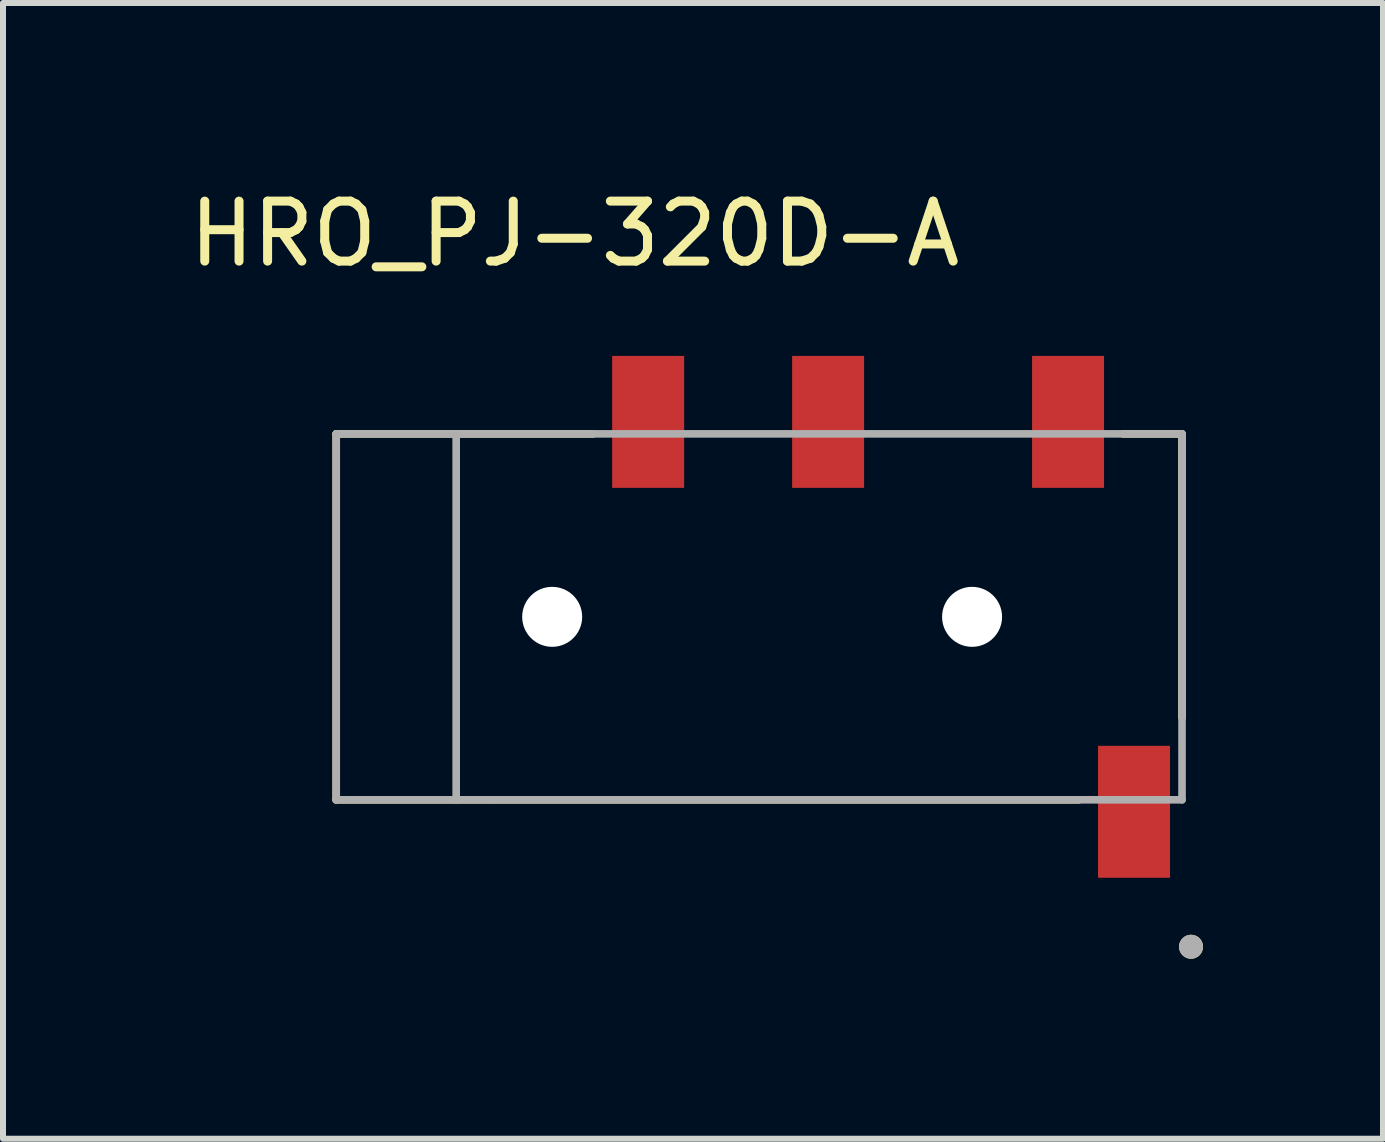
<source format=kicad_pcb>
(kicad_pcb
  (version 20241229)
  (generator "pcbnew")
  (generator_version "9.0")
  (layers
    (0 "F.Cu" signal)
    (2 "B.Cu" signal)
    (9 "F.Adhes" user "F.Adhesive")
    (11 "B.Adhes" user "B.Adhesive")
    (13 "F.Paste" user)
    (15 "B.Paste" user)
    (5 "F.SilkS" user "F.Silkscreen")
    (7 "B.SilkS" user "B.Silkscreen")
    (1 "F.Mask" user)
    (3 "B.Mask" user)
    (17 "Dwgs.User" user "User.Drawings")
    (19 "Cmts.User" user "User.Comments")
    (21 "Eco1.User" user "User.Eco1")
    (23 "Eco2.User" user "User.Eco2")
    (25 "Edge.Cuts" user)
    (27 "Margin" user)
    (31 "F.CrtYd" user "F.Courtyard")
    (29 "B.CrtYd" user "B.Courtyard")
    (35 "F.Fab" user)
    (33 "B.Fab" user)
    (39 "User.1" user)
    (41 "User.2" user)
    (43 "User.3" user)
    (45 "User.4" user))
  (footprint "HRO_PJ-320D-A"
    (layer "F.Cu")
    (at 10.605 7.233)
    (property "Reference" "HRO_PJ-320D-A" (at -4.075 -6.385 0) (layer "F.SilkS") (effects (font (size 1 1) (thickness 0.15))))
    (attr smd)
    (fp_line (start -8.05 -3.05) (end -3.77 -3.05) (stroke (width 0.127) (type solid)) (layer "F.SilkS"))
    (fp_line (start -8.05 3.05) (end -8.05 -3.05) (stroke (width 0.127) (type solid)) (layer "F.SilkS"))
    (fp_line (start 4.33 3.05) (end -8.05 3.05) (stroke (width 0.127) (type solid)) (layer "F.SilkS"))
    (fp_line (start 5.07 -3.05) (end 6.05 -3.05) (stroke (width 0.127) (type solid)) (layer "F.SilkS"))
    (fp_line (start 6.05 -3.05) (end 6.05 1.68) (stroke (width 0.127) (type solid)) (layer "F.SilkS"))
    (fp_circle (center 6.2 5.5) (end 6.3 5.5) (stroke (width 0.2) (type solid)) (fill no) (layer "F.SilkS"))
    (fp_line (start -8.05 -3.05) (end -6.05 -3.05) (stroke (width 0.127) (type solid)) (layer "F.Fab"))
    (fp_line (start -8.05 3.05) (end -8.05 -3.05) (stroke (width 0.127) (type solid)) (layer "F.Fab"))
    (fp_line (start -6.05 -3.05) (end -6.05 3.05) (stroke (width 0.127) (type solid)) (layer "F.Fab"))
    (fp_line (start -6.05 -3.05) (end -5.51 -3.05) (stroke (width 0.127) (type solid)) (layer "F.Fab"))
    (fp_line (start -6.05 3.05) (end -8.05 3.05) (stroke (width 0.127) (type solid)) (layer "F.Fab"))
    (fp_line (start -5.51 -3.05) (end 6.05 -3.05) (stroke (width 0.127) (type solid)) (layer "F.Fab"))
    (fp_line (start -5.51 3.05) (end -6.05 3.05) (stroke (width 0.127) (type solid)) (layer "F.Fab"))
    (fp_line (start 6.05 -3.05) (end 6.05 3.05) (stroke (width 0.127) (type solid)) (layer "F.Fab"))
    (fp_line (start 6.05 3.05) (end -5.51 3.05) (stroke (width 0.127) (type solid)) (layer "F.Fab"))
    (fp_circle (center 6.2 5.5) (end 6.3 5.5) (stroke (width 0.2) (type solid)) (fill no) (layer "F.Fab"))
    (pad "" np_thru_hole circle (at -4.45 0) (size 1 1) (drill 1) (layers "*.Cu" "*.Mask"))
    (pad "" np_thru_hole circle (at 2.55 0) (size 1 1) (drill 1) (layers "*.Cu" "*.Mask"))
    (pad "1" smd rect (at 5.25 3.25) (size 1.2 2.2) (layers "F.Cu" "F.Mask" "F.Paste"))
    (pad "2" smd rect (at 4.15 -3.25) (size 1.2 2.2) (layers "F.Cu" "F.Mask" "F.Paste"))
    (pad "3" smd rect (at 0.15 -3.25) (size 1.2 2.2) (layers "F.Cu" "F.Mask" "F.Paste"))
    (pad "4" smd rect (at -2.85 -3.25) (size 1.2 2.2) (layers "F.Cu" "F.Mask" "F.Paste")))
  (gr_rect
    (start -3 -3)
    (end 20.005 15.933)
    (stroke (width 0.1) (type default))
    (fill no)
    (layer "Edge.Cuts")))
</source>
